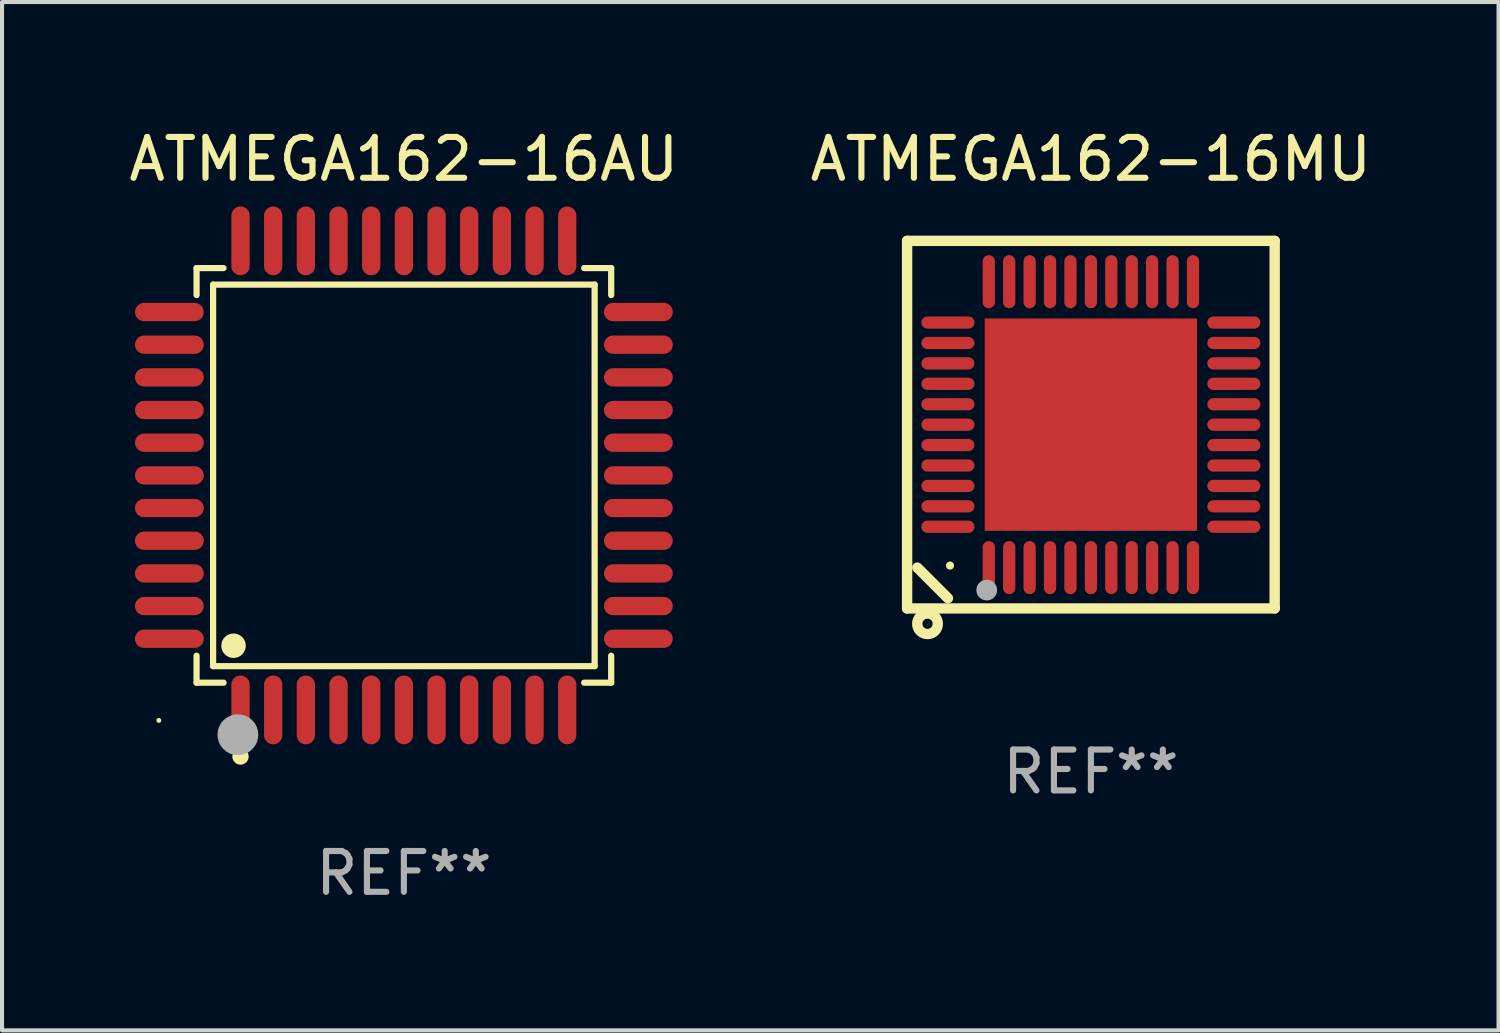
<source format=kicad_pcb>
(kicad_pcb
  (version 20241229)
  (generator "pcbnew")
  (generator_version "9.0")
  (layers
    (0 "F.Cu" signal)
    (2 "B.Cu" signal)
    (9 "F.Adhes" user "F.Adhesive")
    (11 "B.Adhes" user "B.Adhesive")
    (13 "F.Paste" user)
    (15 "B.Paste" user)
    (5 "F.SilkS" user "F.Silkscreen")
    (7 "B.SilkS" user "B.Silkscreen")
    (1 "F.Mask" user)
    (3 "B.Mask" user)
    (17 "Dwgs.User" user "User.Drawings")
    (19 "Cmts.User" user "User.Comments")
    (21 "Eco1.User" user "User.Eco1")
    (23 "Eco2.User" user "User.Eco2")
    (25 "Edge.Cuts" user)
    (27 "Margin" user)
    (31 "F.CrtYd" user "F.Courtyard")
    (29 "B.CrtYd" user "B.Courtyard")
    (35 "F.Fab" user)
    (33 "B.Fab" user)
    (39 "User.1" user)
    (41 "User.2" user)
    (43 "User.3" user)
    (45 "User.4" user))
  (footprint "ATMEGA162-16AU"
    (layer "F.Cu")
    (at 6.839 8.59)
    (property "Reference" "ATMEGA162-16AU" (at 0 -7.742 0) (layer "F.SilkS") (effects (font (size 1 1) (thickness 0.15))))
    (attr through_hole)
    (fp_line (start -5.076 -5.076) (end -4.415 -5.076) (stroke (width 0.152) (type solid)) (layer "F.SilkS"))
    (fp_line (start -5.076 -4.415) (end -5.076 -5.076) (stroke (width 0.152) (type solid)) (layer "F.SilkS"))
    (fp_line (start -5.076 4.415) (end -5.076 5.076) (stroke (width 0.152) (type solid)) (layer "F.SilkS"))
    (fp_line (start -5.076 5.076) (end -4.415 5.076) (stroke (width 0.152) (type solid)) (layer "F.SilkS"))
    (fp_line (start -4.671 -4.671) (end 4.671 -4.671) (stroke (width 0.152) (type solid)) (layer "F.SilkS"))
    (fp_line (start -4.671 4.671) (end -4.671 -4.671) (stroke (width 0.152) (type solid)) (layer "F.SilkS"))
    (fp_line (start 4.671 -4.671) (end 4.671 4.671) (stroke (width 0.152) (type solid)) (layer "F.SilkS"))
    (fp_line (start 4.671 4.671) (end -4.671 4.671) (stroke (width 0.152) (type solid)) (layer "F.SilkS"))
    (fp_line (start 5.076 -5.076) (end 4.415 -5.076) (stroke (width 0.152) (type solid)) (layer "F.SilkS"))
    (fp_line (start 5.076 -4.415) (end 5.076 -5.076) (stroke (width 0.152) (type solid)) (layer "F.SilkS"))
    (fp_line (start 5.076 4.415) (end 5.076 5.076) (stroke (width 0.152) (type solid)) (layer "F.SilkS"))
    (fp_line (start 5.076 5.076) (end 4.415 5.076) (stroke (width 0.152) (type solid)) (layer "F.SilkS"))
    (fp_circle (center -6 6) (end -5.97 6) (stroke (width 0.06) (type solid)) (fill no) (layer "F.SilkS"))
    (fp_circle (center -4.171 4.171) (end -4.021 4.171) (stroke (width 0.3) (type solid)) (fill no) (layer "F.SilkS"))
    (fp_circle (center -4 6.884) (end -3.9 6.884) (stroke (width 0.2) (type solid)) (fill no) (layer "F.SilkS"))
    (fp_circle (center -4.064 6.35) (end -3.814 6.35) (stroke (width 0.5) (type solid)) (fill no) (layer "F.Fab"))
    (fp_text user "REF**" (at 0 9.742 0) (layer "F.Fab") (effects (font (size 1 1) (thickness 0.15))))
    (pad "1" smd oval (at -4 5.742) (size 0.448 1.684) (layers "F.Cu" "F.Mask" "F.Paste"))
    (pad "2" smd oval (at -3.2 5.742) (size 0.448 1.684) (layers "F.Cu" "F.Mask" "F.Paste"))
    (pad "3" smd oval (at -2.4 5.742) (size 0.448 1.684) (layers "F.Cu" "F.Mask" "F.Paste"))
    (pad "4" smd oval (at -1.6 5.742) (size 0.448 1.684) (layers "F.Cu" "F.Mask" "F.Paste"))
    (pad "5" smd oval (at -0.8 5.742) (size 0.448 1.684) (layers "F.Cu" "F.Mask" "F.Paste"))
    (pad "6" smd oval (at 0 5.742) (size 0.448 1.684) (layers "F.Cu" "F.Mask" "F.Paste"))
    (pad "7" smd oval (at 0.8 5.742) (size 0.448 1.684) (layers "F.Cu" "F.Mask" "F.Paste"))
    (pad "8" smd oval (at 1.6 5.742) (size 0.448 1.684) (layers "F.Cu" "F.Mask" "F.Paste"))
    (pad "9" smd oval (at 2.4 5.742) (size 0.448 1.684) (layers "F.Cu" "F.Mask" "F.Paste"))
    (pad "10" smd oval (at 3.2 5.742) (size 0.448 1.684) (layers "F.Cu" "F.Mask" "F.Paste"))
    (pad "11" smd oval (at 4 5.742) (size 0.448 1.684) (layers "F.Cu" "F.Mask" "F.Paste"))
    (pad "12" smd oval (at 5.742 4) (size 1.684 0.448) (layers "F.Cu" "F.Mask" "F.Paste"))
    (pad "13" smd oval (at 5.742 3.2) (size 1.684 0.448) (layers "F.Cu" "F.Mask" "F.Paste"))
    (pad "14" smd oval (at 5.742 2.4) (size 1.684 0.448) (layers "F.Cu" "F.Mask" "F.Paste"))
    (pad "15" smd oval (at 5.742 1.6) (size 1.684 0.448) (layers "F.Cu" "F.Mask" "F.Paste"))
    (pad "16" smd oval (at 5.742 0.8) (size 1.684 0.448) (layers "F.Cu" "F.Mask" "F.Paste"))
    (pad "17" smd oval (at 5.742 0) (size 1.684 0.448) (layers "F.Cu" "F.Mask" "F.Paste"))
    (pad "18" smd oval (at 5.742 -0.8) (size 1.684 0.448) (layers "F.Cu" "F.Mask" "F.Paste"))
    (pad "19" smd oval (at 5.742 -1.6) (size 1.684 0.448) (layers "F.Cu" "F.Mask" "F.Paste"))
    (pad "20" smd oval (at 5.742 -2.4) (size 1.684 0.448) (layers "F.Cu" "F.Mask" "F.Paste"))
    (pad "21" smd oval (at 5.742 -3.2) (size 1.684 0.448) (layers "F.Cu" "F.Mask" "F.Paste"))
    (pad "22" smd oval (at 5.742 -4) (size 1.684 0.448) (layers "F.Cu" "F.Mask" "F.Paste"))
    (pad "23" smd oval (at 4 -5.742) (size 0.448 1.684) (layers "F.Cu" "F.Mask" "F.Paste"))
    (pad "24" smd oval (at 3.2 -5.742) (size 0.448 1.684) (layers "F.Cu" "F.Mask" "F.Paste"))
    (pad "25" smd oval (at 2.4 -5.742) (size 0.448 1.684) (layers "F.Cu" "F.Mask" "F.Paste"))
    (pad "26" smd oval (at 1.6 -5.742) (size 0.448 1.684) (layers "F.Cu" "F.Mask" "F.Paste"))
    (pad "27" smd oval (at 0.8 -5.742) (size 0.448 1.684) (layers "F.Cu" "F.Mask" "F.Paste"))
    (pad "28" smd oval (at 0 -5.742) (size 0.448 1.684) (layers "F.Cu" "F.Mask" "F.Paste"))
    (pad "29" smd oval (at -0.8 -5.742) (size 0.448 1.684) (layers "F.Cu" "F.Mask" "F.Paste"))
    (pad "30" smd oval (at -1.6 -5.742) (size 0.448 1.684) (layers "F.Cu" "F.Mask" "F.Paste"))
    (pad "31" smd oval (at -2.4 -5.742) (size 0.448 1.684) (layers "F.Cu" "F.Mask" "F.Paste"))
    (pad "32" smd oval (at -3.2 -5.742) (size 0.448 1.684) (layers "F.Cu" "F.Mask" "F.Paste"))
    (pad "33" smd oval (at -4 -5.742) (size 0.448 1.684) (layers "F.Cu" "F.Mask" "F.Paste"))
    (pad "34" smd oval (at -5.742 -4) (size 1.684 0.448) (layers "F.Cu" "F.Mask" "F.Paste"))
    (pad "35" smd oval (at -5.742 -3.2) (size 1.684 0.448) (layers "F.Cu" "F.Mask" "F.Paste"))
    (pad "36" smd oval (at -5.742 -2.4) (size 1.684 0.448) (layers "F.Cu" "F.Mask" "F.Paste"))
    (pad "37" smd oval (at -5.742 -1.6) (size 1.684 0.448) (layers "F.Cu" "F.Mask" "F.Paste"))
    (pad "38" smd oval (at -5.742 -0.8) (size 1.684 0.448) (layers "F.Cu" "F.Mask" "F.Paste"))
    (pad "39" smd oval (at -5.742 0) (size 1.684 0.448) (layers "F.Cu" "F.Mask" "F.Paste"))
    (pad "40" smd oval (at -5.742 0.8) (size 1.684 0.448) (layers "F.Cu" "F.Mask" "F.Paste"))
    (pad "41" smd oval (at -5.742 1.6) (size 1.684 0.448) (layers "F.Cu" "F.Mask" "F.Paste"))
    (pad "42" smd oval (at -5.742 2.4) (size 1.684 0.448) (layers "F.Cu" "F.Mask" "F.Paste"))
    (pad "43" smd oval (at -5.742 3.2) (size 1.684 0.448) (layers "F.Cu" "F.Mask" "F.Paste"))
    (pad "44" smd oval (at -5.742 4) (size 1.684 0.448) (layers "F.Cu" "F.Mask" "F.Paste")))
  (footprint "ATMEGA162-16MU"
    (layer "F.Cu")
    (at 23.661 7.348)
    (property "Reference" "ATMEGA162-16MU" (at 0 -6.5 0) (layer "F.SilkS") (effects (font (size 1 1) (thickness 0.15))))
    (attr through_hole)
    (fp_line (start -4.5 -4.5) (end -4.5 4.5) (stroke (width 0.254) (type solid)) (layer "F.SilkS"))
    (fp_line (start -4.5 4.5) (end 4.5 4.5) (stroke (width 0.254) (type solid)) (layer "F.SilkS"))
    (fp_line (start -3.5 4.25) (end -4.25 3.5) (stroke (width 0.254) (type solid)) (layer "F.SilkS"))
    (fp_line (start 4.5 -4.5) (end -4.5 -4.5) (stroke (width 0.254) (type solid)) (layer "F.SilkS"))
    (fp_line (start 4.5 4.5) (end 4.5 -4.5) (stroke (width 0.254) (type solid)) (layer "F.SilkS"))
    (fp_circle (center -4 4.875) (end -3.875 4.875) (stroke (width 0.254) (type solid)) (fill no) (layer "F.SilkS"))
    (fp_circle (center -3.45 3.45) (end -3.4 3.45) (stroke (width 0.1) (type solid)) (fill no) (layer "F.SilkS"))
    (fp_circle (center -2.55 4.05) (end -2.423 4.05) (stroke (width 0.254) (type solid)) (fill no) (layer "F.Fab"))
    (fp_text user "REF**" (at 0 8.5 0) (layer "F.Fab") (effects (font (size 1 1) (thickness 0.15))))
    (pad "1" smd oval (at -2.5 3.5 90) (size 1.3 0.3) (layers "F.Cu" "F.Mask" "F.Paste"))
    (pad "2" smd oval (at -2 3.5 90) (size 1.3 0.3) (layers "F.Cu" "F.Mask" "F.Paste"))
    (pad "3" smd oval (at -1.5 3.5 90) (size 1.3 0.3) (layers "F.Cu" "F.Mask" "F.Paste"))
    (pad "4" smd oval (at -1 3.5 90) (size 1.3 0.3) (layers "F.Cu" "F.Mask" "F.Paste"))
    (pad "5" smd oval (at -0.5 3.5 90) (size 1.3 0.3) (layers "F.Cu" "F.Mask" "F.Paste"))
    (pad "6" smd oval (at 0.000025 3.5 90) (size 1.3 0.3) (layers "F.Cu" "F.Mask" "F.Paste"))
    (pad "7" smd oval (at 0.5 3.5 90) (size 1.3 0.3) (layers "F.Cu" "F.Mask" "F.Paste"))
    (pad "8" smd oval (at 1 3.5 90) (size 1.3 0.3) (layers "F.Cu" "F.Mask" "F.Paste"))
    (pad "9" smd oval (at 1.5 3.5 90) (size 1.3 0.3) (layers "F.Cu" "F.Mask" "F.Paste"))
    (pad "10" smd oval (at 2 3.5 90) (size 1.3 0.3) (layers "F.Cu" "F.Mask" "F.Paste"))
    (pad "11" smd oval (at 2.5 3.5 90) (size 1.3 0.3) (layers "F.Cu" "F.Mask" "F.Paste"))
    (pad "12" smd oval (at 3.5 2.5 90) (size 0.3 1.3) (layers "F.Cu" "F.Mask" "F.Paste"))
    (pad "13" smd oval (at 3.5 2 90) (size 0.3 1.3) (layers "F.Cu" "F.Mask" "F.Paste"))
    (pad "14" smd oval (at 3.5 1.5 90) (size 0.3 1.3) (layers "F.Cu" "F.Mask" "F.Paste"))
    (pad "15" smd oval (at 3.5 1 90) (size 0.3 1.3) (layers "F.Cu" "F.Mask" "F.Paste"))
    (pad "16" smd oval (at 3.5 0.5 90) (size 0.3 1.3) (layers "F.Cu" "F.Mask" "F.Paste"))
    (pad "17" smd oval (at 3.5 0.000025 90) (size 0.3 1.3) (layers "F.Cu" "F.Mask" "F.Paste"))
    (pad "18" smd oval (at 3.5 -0.5 90) (size 0.3 1.3) (layers "F.Cu" "F.Mask" "F.Paste"))
    (pad "19" smd oval (at 3.5 -1 90) (size 0.3 1.3) (layers "F.Cu" "F.Mask" "F.Paste"))
    (pad "20" smd oval (at 3.5 -1.5 90) (size 0.3 1.3) (layers "F.Cu" "F.Mask" "F.Paste"))
    (pad "21" smd oval (at 3.5 -2 90) (size 0.3 1.3) (layers "F.Cu" "F.Mask" "F.Paste"))
    (pad "22" smd oval (at 3.5 -2.5 90) (size 0.3 1.3) (layers "F.Cu" "F.Mask" "F.Paste"))
    (pad "23" smd oval (at 2.5 -3.5 90) (size 1.3 0.3) (layers "F.Cu" "F.Mask" "F.Paste"))
    (pad "24" smd oval (at 2 -3.5 90) (size 1.3 0.3) (layers "F.Cu" "F.Mask" "F.Paste"))
    (pad "25" smd oval (at 1.5 -3.5 90) (size 1.3 0.3) (layers "F.Cu" "F.Mask" "F.Paste"))
    (pad "26" smd oval (at 1 -3.5 90) (size 1.3 0.3) (layers "F.Cu" "F.Mask" "F.Paste"))
    (pad "27" smd oval (at 0.5 -3.5 90) (size 1.3 0.3) (layers "F.Cu" "F.Mask" "F.Paste"))
    (pad "28" smd oval (at 0.000025 -3.5 90) (size 1.3 0.3) (layers "F.Cu" "F.Mask" "F.Paste"))
    (pad "29" smd oval (at -0.5 -3.5 90) (size 1.3 0.3) (layers "F.Cu" "F.Mask" "F.Paste"))
    (pad "30" smd oval (at -1 -3.5 90) (size 1.3 0.3) (layers "F.Cu" "F.Mask" "F.Paste"))
    (pad "31" smd oval (at -1.5 -3.5 90) (size 1.3 0.3) (layers "F.Cu" "F.Mask" "F.Paste"))
    (pad "32" smd oval (at -2 -3.5 90) (size 1.3 0.3) (layers "F.Cu" "F.Mask" "F.Paste"))
    (pad "33" smd oval (at -2.5 -3.5 90) (size 1.3 0.3) (layers "F.Cu" "F.Mask" "F.Paste"))
    (pad "34" smd oval (at -3.5 -2.5 90) (size 0.3 1.3) (layers "F.Cu" "F.Mask" "F.Paste"))
    (pad "35" smd oval (at -3.5 -2 90) (size 0.3 1.3) (layers "F.Cu" "F.Mask" "F.Paste"))
    (pad "36" smd oval (at -3.5 -1.5 90) (size 0.3 1.3) (layers "F.Cu" "F.Mask" "F.Paste"))
    (pad "37" smd oval (at -3.5 -1 90) (size 0.3 1.3) (layers "F.Cu" "F.Mask" "F.Paste"))
    (pad "38" smd oval (at -3.5 -0.5 90) (size 0.3 1.3) (layers "F.Cu" "F.Mask" "F.Paste"))
    (pad "39" smd oval (at -3.5 0.000025 90) (size 0.3 1.3) (layers "F.Cu" "F.Mask" "F.Paste"))
    (pad "40" smd oval (at -3.5 0.5 90) (size 0.3 1.3) (layers "F.Cu" "F.Mask" "F.Paste"))
    (pad "41" smd oval (at -3.5 1 90) (size 0.3 1.3) (layers "F.Cu" "F.Mask" "F.Paste"))
    (pad "42" smd oval (at -3.5 1.5 90) (size 0.3 1.3) (layers "F.Cu" "F.Mask" "F.Paste"))
    (pad "43" smd oval (at -3.5 2 90) (size 0.3 1.3) (layers "F.Cu" "F.Mask" "F.Paste"))
    (pad "44" smd oval (at -3.5 2.5 90) (size 0.3 1.3) (layers "F.Cu" "F.Mask" "F.Paste"))
    (pad "45" smd rect (at 0.000025 0.000025 90) (size 5.2 5.2) (layers "F.Cu" "F.Mask" "F.Paste")))
  (gr_rect
    (start -3 -3)
    (end 33.643 22.18)
    (stroke (width 0.1) (type default))
    (fill no)
    (layer "Edge.Cuts")))
</source>
